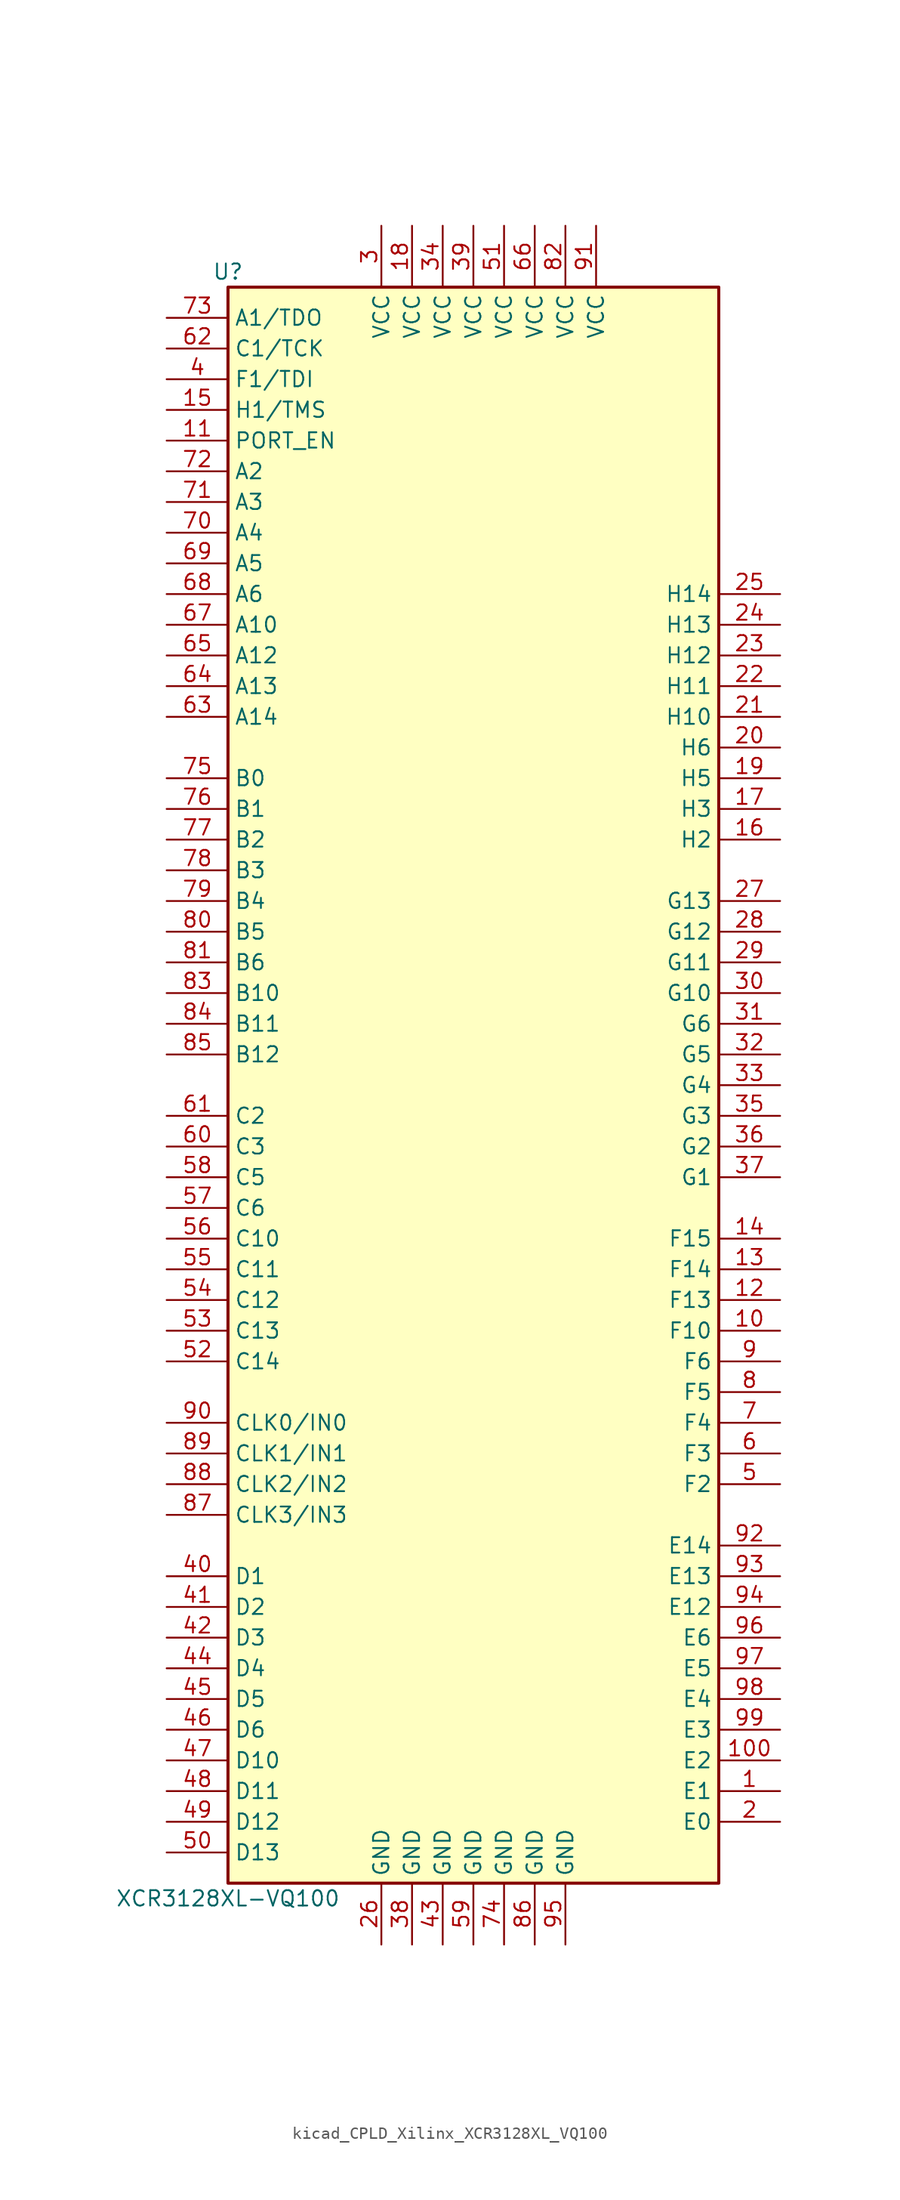
<source format=kicad_sym>
(kicad_symbol_lib
  (version 20220914)
  (generator kicad_symbol_editor)
  (symbol "kicad_CPLD_Xilinx_XCR3128XL_VQ100"
    (property "Reference" "U"
      (at -20.32 67.31 0)
      (effects (font (size 1.27 1.27))))
    (property "Value" "XCR3128XL-VQ100"
      (at -20.32 -67.31 0)
      (effects (font (size 1.27 1.27))))
    (symbol "kicad_CPLD_Xilinx_XCR3128XL_VQ100_1_1"
      (rectangle (start -20.32 66.04) (end 20.32 -66.04) (stroke (width 0.254) (type default)) (fill (type background)))
      (pin passive line (at 25.4 -58.42 180) (length 5.08) (name "E1" (effects (font (size 1.27 1.27)))) (number "1" (effects (font (size 1.27 1.27)))))
      (pin passive line (at 25.4 -20.32 180) (length 5.08) (name "F10" (effects (font (size 1.27 1.27)))) (number "10" (effects (font (size 1.27 1.27)))))
      (pin passive line (at 25.4 -55.88 180) (length 5.08) (name "E2" (effects (font (size 1.27 1.27)))) (number "100" (effects (font (size 1.27 1.27)))))
      (pin passive line (at -25.4 53.34 0) (length 5.08) (name "PORT_EN" (effects (font (size 1.27 1.27)))) (number "11" (effects (font (size 1.27 1.27)))))
      (pin passive line (at 25.4 -17.78 180) (length 5.08) (name "F13" (effects (font (size 1.27 1.27)))) (number "12" (effects (font (size 1.27 1.27)))))
      (pin passive line (at 25.4 -15.24 180) (length 5.08) (name "F14" (effects (font (size 1.27 1.27)))) (number "13" (effects (font (size 1.27 1.27)))))
      (pin passive line (at 25.4 -12.7 180) (length 5.08) (name "F15" (effects (font (size 1.27 1.27)))) (number "14" (effects (font (size 1.27 1.27)))))
      (pin passive line (at -25.4 55.88 0) (length 5.08) (name "H1/TMS" (effects (font (size 1.27 1.27)))) (number "15" (effects (font (size 1.27 1.27)))))
      (pin passive line (at 25.4 20.32 180) (length 5.08) (name "H2" (effects (font (size 1.27 1.27)))) (number "16" (effects (font (size 1.27 1.27)))))
      (pin passive line (at 25.4 22.86 180) (length 5.08) (name "H3" (effects (font (size 1.27 1.27)))) (number "17" (effects (font (size 1.27 1.27)))))
      (pin power_in line (at -5.08 71.12 270) (length 5.08) (name "VCC" (effects (font (size 1.27 1.27)))) (number "18" (effects (font (size 1.27 1.27)))))
      (pin passive line (at 25.4 25.4 180) (length 5.08) (name "H5" (effects (font (size 1.27 1.27)))) (number "19" (effects (font (size 1.27 1.27)))))
      (pin passive line (at 25.4 -60.96 180) (length 5.08) (name "E0" (effects (font (size 1.27 1.27)))) (number "2" (effects (font (size 1.27 1.27)))))
      (pin passive line (at 25.4 27.94 180) (length 5.08) (name "H6" (effects (font (size 1.27 1.27)))) (number "20" (effects (font (size 1.27 1.27)))))
      (pin passive line (at 25.4 30.48 180) (length 5.08) (name "H10" (effects (font (size 1.27 1.27)))) (number "21" (effects (font (size 1.27 1.27)))))
      (pin passive line (at 25.4 33.02 180) (length 5.08) (name "H11" (effects (font (size 1.27 1.27)))) (number "22" (effects (font (size 1.27 1.27)))))
      (pin passive line (at 25.4 35.56 180) (length 5.08) (name "H12" (effects (font (size 1.27 1.27)))) (number "23" (effects (font (size 1.27 1.27)))))
      (pin passive line (at 25.4 38.1 180) (length 5.08) (name "H13" (effects (font (size 1.27 1.27)))) (number "24" (effects (font (size 1.27 1.27)))))
      (pin passive line (at 25.4 40.64 180) (length 5.08) (name "H14" (effects (font (size 1.27 1.27)))) (number "25" (effects (font (size 1.27 1.27)))))
      (pin power_in line (at -7.62 -71.12 90) (length 5.08) (name "GND" (effects (font (size 1.27 1.27)))) (number "26" (effects (font (size 1.27 1.27)))))
      (pin passive line (at 25.4 15.24 180) (length 5.08) (name "G13" (effects (font (size 1.27 1.27)))) (number "27" (effects (font (size 1.27 1.27)))))
      (pin passive line (at 25.4 12.7 180) (length 5.08) (name "G12" (effects (font (size 1.27 1.27)))) (number "28" (effects (font (size 1.27 1.27)))))
      (pin passive line (at 25.4 10.16 180) (length 5.08) (name "G11" (effects (font (size 1.27 1.27)))) (number "29" (effects (font (size 1.27 1.27)))))
      (pin power_in line (at -7.62 71.12 270) (length 5.08) (name "VCC" (effects (font (size 1.27 1.27)))) (number "3" (effects (font (size 1.27 1.27)))))
      (pin passive line (at 25.4 7.62 180) (length 5.08) (name "G10" (effects (font (size 1.27 1.27)))) (number "30" (effects (font (size 1.27 1.27)))))
      (pin passive line (at 25.4 5.08 180) (length 5.08) (name "G6" (effects (font (size 1.27 1.27)))) (number "31" (effects (font (size 1.27 1.27)))))
      (pin passive line (at 25.4 2.54 180) (length 5.08) (name "G5" (effects (font (size 1.27 1.27)))) (number "32" (effects (font (size 1.27 1.27)))))
      (pin passive line (at 25.4 0 180) (length 5.08) (name "G4" (effects (font (size 1.27 1.27)))) (number "33" (effects (font (size 1.27 1.27)))))
      (pin power_in line (at -2.54 71.12 270) (length 5.08) (name "VCC" (effects (font (size 1.27 1.27)))) (number "34" (effects (font (size 1.27 1.27)))))
      (pin passive line (at 25.4 -2.54 180) (length 5.08) (name "G3" (effects (font (size 1.27 1.27)))) (number "35" (effects (font (size 1.27 1.27)))))
      (pin passive line (at 25.4 -5.08 180) (length 5.08) (name "G2" (effects (font (size 1.27 1.27)))) (number "36" (effects (font (size 1.27 1.27)))))
      (pin passive line (at 25.4 -7.62 180) (length 5.08) (name "G1" (effects (font (size 1.27 1.27)))) (number "37" (effects (font (size 1.27 1.27)))))
      (pin power_in line (at -5.08 -71.12 90) (length 5.08) (name "GND" (effects (font (size 1.27 1.27)))) (number "38" (effects (font (size 1.27 1.27)))))
      (pin power_in line (at 0 71.12 270) (length 5.08) (name "VCC" (effects (font (size 1.27 1.27)))) (number "39" (effects (font (size 1.27 1.27)))))
      (pin passive line (at -25.4 58.42 0) (length 5.08) (name "F1/TDI" (effects (font (size 1.27 1.27)))) (number "4" (effects (font (size 1.27 1.27)))))
      (pin passive line (at -25.4 -40.64 0) (length 5.08) (name "D1" (effects (font (size 1.27 1.27)))) (number "40" (effects (font (size 1.27 1.27)))))
      (pin passive line (at -25.4 -43.18 0) (length 5.08) (name "D2" (effects (font (size 1.27 1.27)))) (number "41" (effects (font (size 1.27 1.27)))))
      (pin passive line (at -25.4 -45.72 0) (length 5.08) (name "D3" (effects (font (size 1.27 1.27)))) (number "42" (effects (font (size 1.27 1.27)))))
      (pin power_in line (at -2.54 -71.12 90) (length 5.08) (name "GND" (effects (font (size 1.27 1.27)))) (number "43" (effects (font (size 1.27 1.27)))))
      (pin passive line (at -25.4 -48.26 0) (length 5.08) (name "D4" (effects (font (size 1.27 1.27)))) (number "44" (effects (font (size 1.27 1.27)))))
      (pin passive line (at -25.4 -50.8 0) (length 5.08) (name "D5" (effects (font (size 1.27 1.27)))) (number "45" (effects (font (size 1.27 1.27)))))
      (pin passive line (at -25.4 -53.34 0) (length 5.08) (name "D6" (effects (font (size 1.27 1.27)))) (number "46" (effects (font (size 1.27 1.27)))))
      (pin passive line (at -25.4 -55.88 0) (length 5.08) (name "D10" (effects (font (size 1.27 1.27)))) (number "47" (effects (font (size 1.27 1.27)))))
      (pin passive line (at -25.4 -58.42 0) (length 5.08) (name "D11" (effects (font (size 1.27 1.27)))) (number "48" (effects (font (size 1.27 1.27)))))
      (pin passive line (at -25.4 -60.96 0) (length 5.08) (name "D12" (effects (font (size 1.27 1.27)))) (number "49" (effects (font (size 1.27 1.27)))))
      (pin passive line (at 25.4 -33.02 180) (length 5.08) (name "F2" (effects (font (size 1.27 1.27)))) (number "5" (effects (font (size 1.27 1.27)))))
      (pin passive line (at -25.4 -63.5 0) (length 5.08) (name "D13" (effects (font (size 1.27 1.27)))) (number "50" (effects (font (size 1.27 1.27)))))
      (pin power_in line (at 2.54 71.12 270) (length 5.08) (name "VCC" (effects (font (size 1.27 1.27)))) (number "51" (effects (font (size 1.27 1.27)))))
      (pin passive line (at -25.4 -22.86 0) (length 5.08) (name "C14" (effects (font (size 1.27 1.27)))) (number "52" (effects (font (size 1.27 1.27)))))
      (pin passive line (at -25.4 -20.32 0) (length 5.08) (name "C13" (effects (font (size 1.27 1.27)))) (number "53" (effects (font (size 1.27 1.27)))))
      (pin passive line (at -25.4 -17.78 0) (length 5.08) (name "C12" (effects (font (size 1.27 1.27)))) (number "54" (effects (font (size 1.27 1.27)))))
      (pin passive line (at -25.4 -15.24 0) (length 5.08) (name "C11" (effects (font (size 1.27 1.27)))) (number "55" (effects (font (size 1.27 1.27)))))
      (pin passive line (at -25.4 -12.7 0) (length 5.08) (name "C10" (effects (font (size 1.27 1.27)))) (number "56" (effects (font (size 1.27 1.27)))))
      (pin passive line (at -25.4 -10.16 0) (length 5.08) (name "C6" (effects (font (size 1.27 1.27)))) (number "57" (effects (font (size 1.27 1.27)))))
      (pin passive line (at -25.4 -7.62 0) (length 5.08) (name "C5" (effects (font (size 1.27 1.27)))) (number "58" (effects (font (size 1.27 1.27)))))
      (pin power_in line (at 0 -71.12 90) (length 5.08) (name "GND" (effects (font (size 1.27 1.27)))) (number "59" (effects (font (size 1.27 1.27)))))
      (pin passive line (at 25.4 -30.48 180) (length 5.08) (name "F3" (effects (font (size 1.27 1.27)))) (number "6" (effects (font (size 1.27 1.27)))))
      (pin passive line (at -25.4 -5.08 0) (length 5.08) (name "C3" (effects (font (size 1.27 1.27)))) (number "60" (effects (font (size 1.27 1.27)))))
      (pin passive line (at -25.4 -2.54 0) (length 5.08) (name "C2" (effects (font (size 1.27 1.27)))) (number "61" (effects (font (size 1.27 1.27)))))
      (pin passive line (at -25.4 60.96 0) (length 5.08) (name "C1/TCK" (effects (font (size 1.27 1.27)))) (number "62" (effects (font (size 1.27 1.27)))))
      (pin passive line (at -25.4 30.48 0) (length 5.08) (name "A14" (effects (font (size 1.27 1.27)))) (number "63" (effects (font (size 1.27 1.27)))))
      (pin passive line (at -25.4 33.02 0) (length 5.08) (name "A13" (effects (font (size 1.27 1.27)))) (number "64" (effects (font (size 1.27 1.27)))))
      (pin passive line (at -25.4 35.56 0) (length 5.08) (name "A12" (effects (font (size 1.27 1.27)))) (number "65" (effects (font (size 1.27 1.27)))))
      (pin power_in line (at 5.08 71.12 270) (length 5.08) (name "VCC" (effects (font (size 1.27 1.27)))) (number "66" (effects (font (size 1.27 1.27)))))
      (pin passive line (at -25.4 38.1 0) (length 5.08) (name "A10" (effects (font (size 1.27 1.27)))) (number "67" (effects (font (size 1.27 1.27)))))
      (pin passive line (at -25.4 40.64 0) (length 5.08) (name "A6" (effects (font (size 1.27 1.27)))) (number "68" (effects (font (size 1.27 1.27)))))
      (pin passive line (at -25.4 43.18 0) (length 5.08) (name "A5" (effects (font (size 1.27 1.27)))) (number "69" (effects (font (size 1.27 1.27)))))
      (pin passive line (at 25.4 -27.94 180) (length 5.08) (name "F4" (effects (font (size 1.27 1.27)))) (number "7" (effects (font (size 1.27 1.27)))))
      (pin passive line (at -25.4 45.72 0) (length 5.08) (name "A4" (effects (font (size 1.27 1.27)))) (number "70" (effects (font (size 1.27 1.27)))))
      (pin passive line (at -25.4 48.26 0) (length 5.08) (name "A3" (effects (font (size 1.27 1.27)))) (number "71" (effects (font (size 1.27 1.27)))))
      (pin passive line (at -25.4 50.8 0) (length 5.08) (name "A2" (effects (font (size 1.27 1.27)))) (number "72" (effects (font (size 1.27 1.27)))))
      (pin passive line (at -25.4 63.5 0) (length 5.08) (name "A1/TDO" (effects (font (size 1.27 1.27)))) (number "73" (effects (font (size 1.27 1.27)))))
      (pin power_in line (at 2.54 -71.12 90) (length 5.08) (name "GND" (effects (font (size 1.27 1.27)))) (number "74" (effects (font (size 1.27 1.27)))))
      (pin passive line (at -25.4 25.4 0) (length 5.08) (name "B0" (effects (font (size 1.27 1.27)))) (number "75" (effects (font (size 1.27 1.27)))))
      (pin passive line (at -25.4 22.86 0) (length 5.08) (name "B1" (effects (font (size 1.27 1.27)))) (number "76" (effects (font (size 1.27 1.27)))))
      (pin passive line (at -25.4 20.32 0) (length 5.08) (name "B2" (effects (font (size 1.27 1.27)))) (number "77" (effects (font (size 1.27 1.27)))))
      (pin passive line (at -25.4 17.78 0) (length 5.08) (name "B3" (effects (font (size 1.27 1.27)))) (number "78" (effects (font (size 1.27 1.27)))))
      (pin passive line (at -25.4 15.24 0) (length 5.08) (name "B4" (effects (font (size 1.27 1.27)))) (number "79" (effects (font (size 1.27 1.27)))))
      (pin passive line (at 25.4 -25.4 180) (length 5.08) (name "F5" (effects (font (size 1.27 1.27)))) (number "8" (effects (font (size 1.27 1.27)))))
      (pin passive line (at -25.4 12.7 0) (length 5.08) (name "B5" (effects (font (size 1.27 1.27)))) (number "80" (effects (font (size 1.27 1.27)))))
      (pin passive line (at -25.4 10.16 0) (length 5.08) (name "B6" (effects (font (size 1.27 1.27)))) (number "81" (effects (font (size 1.27 1.27)))))
      (pin power_in line (at 7.62 71.12 270) (length 5.08) (name "VCC" (effects (font (size 1.27 1.27)))) (number "82" (effects (font (size 1.27 1.27)))))
      (pin passive line (at -25.4 7.62 0) (length 5.08) (name "B10" (effects (font (size 1.27 1.27)))) (number "83" (effects (font (size 1.27 1.27)))))
      (pin passive line (at -25.4 5.08 0) (length 5.08) (name "B11" (effects (font (size 1.27 1.27)))) (number "84" (effects (font (size 1.27 1.27)))))
      (pin passive line (at -25.4 2.54 0) (length 5.08) (name "B12" (effects (font (size 1.27 1.27)))) (number "85" (effects (font (size 1.27 1.27)))))
      (pin power_in line (at 5.08 -71.12 90) (length 5.08) (name "GND" (effects (font (size 1.27 1.27)))) (number "86" (effects (font (size 1.27 1.27)))))
      (pin input line (at -25.4 -35.56 0) (length 5.08) (name "CLK3/IN3" (effects (font (size 1.27 1.27)))) (number "87" (effects (font (size 1.27 1.27)))))
      (pin input line (at -25.4 -33.02 0) (length 5.08) (name "CLK2/IN2" (effects (font (size 1.27 1.27)))) (number "88" (effects (font (size 1.27 1.27)))))
      (pin input line (at -25.4 -30.48 0) (length 5.08) (name "CLK1/IN1" (effects (font (size 1.27 1.27)))) (number "89" (effects (font (size 1.27 1.27)))))
      (pin passive line (at 25.4 -22.86 180) (length 5.08) (name "F6" (effects (font (size 1.27 1.27)))) (number "9" (effects (font (size 1.27 1.27)))))
      (pin input line (at -25.4 -27.94 0) (length 5.08) (name "CLK0/IN0" (effects (font (size 1.27 1.27)))) (number "90" (effects (font (size 1.27 1.27)))))
      (pin power_in line (at 10.16 71.12 270) (length 5.08) (name "VCC" (effects (font (size 1.27 1.27)))) (number "91" (effects (font (size 1.27 1.27)))))
      (pin passive line (at 25.4 -38.1 180) (length 5.08) (name "E14" (effects (font (size 1.27 1.27)))) (number "92" (effects (font (size 1.27 1.27)))))
      (pin passive line (at 25.4 -40.64 180) (length 5.08) (name "E13" (effects (font (size 1.27 1.27)))) (number "93" (effects (font (size 1.27 1.27)))))
      (pin passive line (at 25.4 -43.18 180) (length 5.08) (name "E12" (effects (font (size 1.27 1.27)))) (number "94" (effects (font (size 1.27 1.27)))))
      (pin power_in line (at 7.62 -71.12 90) (length 5.08) (name "GND" (effects (font (size 1.27 1.27)))) (number "95" (effects (font (size 1.27 1.27)))))
      (pin passive line (at 25.4 -45.72 180) (length 5.08) (name "E6" (effects (font (size 1.27 1.27)))) (number "96" (effects (font (size 1.27 1.27)))))
      (pin passive line (at 25.4 -48.26 180) (length 5.08) (name "E5" (effects (font (size 1.27 1.27)))) (number "97" (effects (font (size 1.27 1.27)))))
      (pin passive line (at 25.4 -50.8 180) (length 5.08) (name "E4" (effects (font (size 1.27 1.27)))) (number "98" (effects (font (size 1.27 1.27)))))
      (pin passive line (at 25.4 -53.34 180) (length 5.08) (name "E3" (effects (font (size 1.27 1.27)))) (number "99" (effects (font (size 1.27 1.27))))))))
</source>
